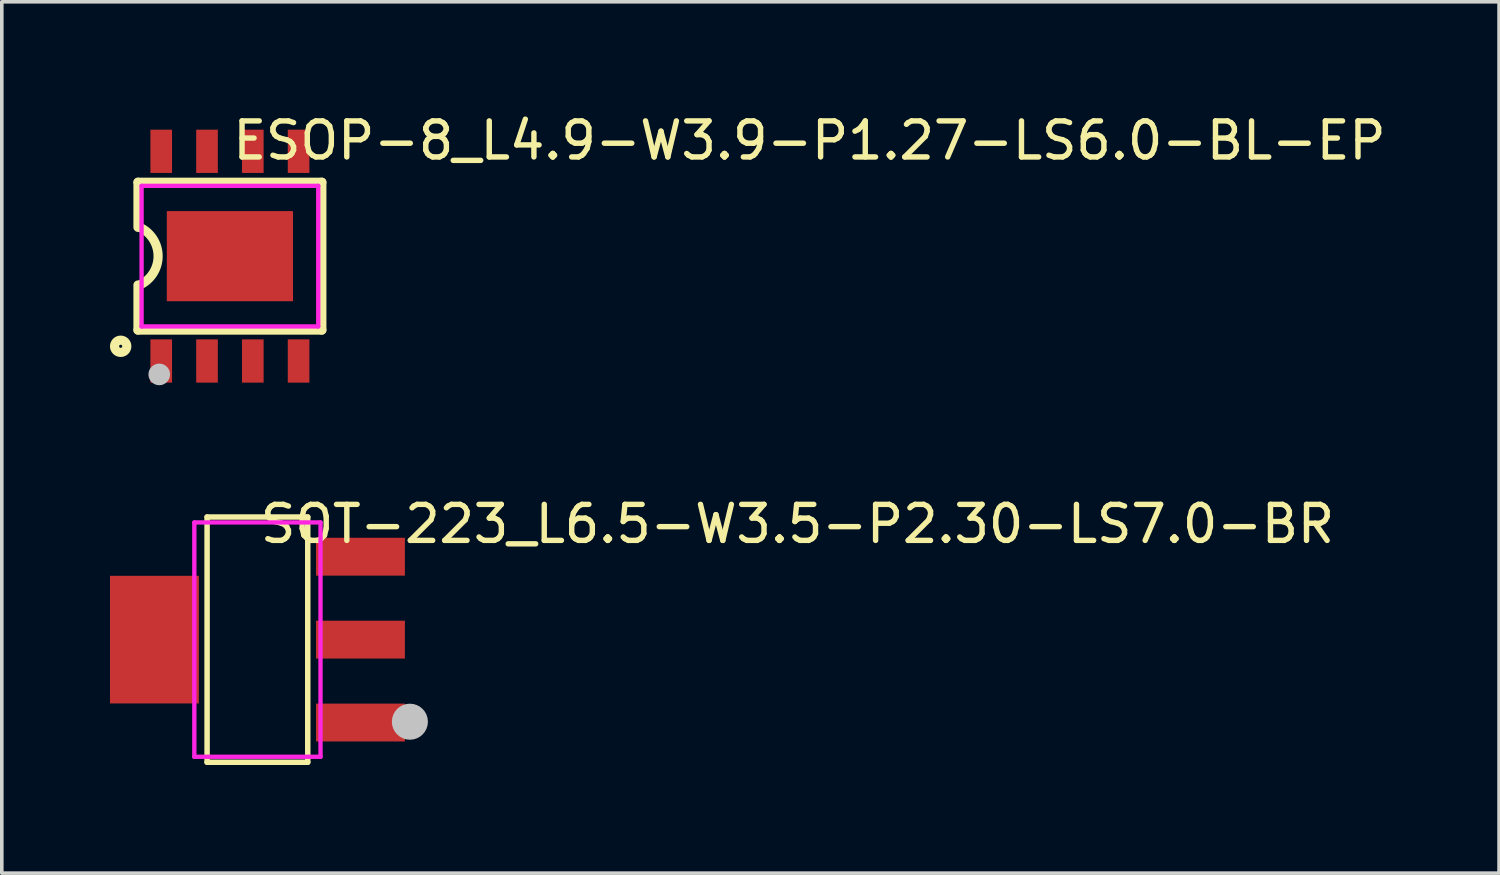
<source format=kicad_pcb>
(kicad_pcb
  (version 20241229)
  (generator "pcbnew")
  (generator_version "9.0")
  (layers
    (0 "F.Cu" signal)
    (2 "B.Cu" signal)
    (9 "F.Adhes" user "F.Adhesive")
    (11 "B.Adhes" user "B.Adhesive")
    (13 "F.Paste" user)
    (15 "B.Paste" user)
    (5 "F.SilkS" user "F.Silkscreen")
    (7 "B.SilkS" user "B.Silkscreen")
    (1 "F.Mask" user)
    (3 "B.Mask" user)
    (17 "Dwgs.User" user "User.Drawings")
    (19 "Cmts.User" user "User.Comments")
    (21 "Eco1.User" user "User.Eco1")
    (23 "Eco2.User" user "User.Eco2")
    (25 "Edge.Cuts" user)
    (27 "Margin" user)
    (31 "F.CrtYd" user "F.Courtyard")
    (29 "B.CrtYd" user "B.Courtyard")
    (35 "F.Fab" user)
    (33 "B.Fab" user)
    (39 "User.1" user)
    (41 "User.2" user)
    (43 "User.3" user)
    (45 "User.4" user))
  (footprint "ESOP-8_L4.9-W3.9-P1.27-LS6.0-BL-EP"
    (layer "F.Cu")
    (at 3.327 4.055)
    (property "Reference" "ESOP-8_L4.9-W3.9-P1.27-LS6.0-BL-EP" (at 0 -3.207 0) (layer "F.SilkS") (effects (font (size 1 1) (thickness 0.15)) (justify left)))
    (attr through_hole)
    (fp_line (start -2.55 -2.05) (end 2.55 -2.05) (stroke (width 0.254) (type solid)) (layer "F.SilkS"))
    (fp_line (start -2.55 -0.8) (end -2.55 -2.05) (stroke (width 0.254) (type solid)) (layer "F.SilkS"))
    (fp_line (start -2.55 0.8) (end -2.55 2.05) (stroke (width 0.254) (type solid)) (layer "F.SilkS"))
    (fp_line (start 2.55 -2.05) (end 2.55 2.05) (stroke (width 0.254) (type solid)) (layer "F.SilkS"))
    (fp_line (start 2.55 2.05) (end -2.55 2.05) (stroke (width 0.254) (type solid)) (layer "F.SilkS"))
    (fp_arc (start -2.499607 -0.799815) (mid -1.991471 0.000217) (end -2.5 0.8) (stroke (width 0.254) (type solid)) (layer "F.SilkS"))
    (fp_circle (center -3.03 2.5) (end -2.86 2.5) (stroke (width 0.254) (type solid)) (fill no) (layer "F.SilkS"))
    (fp_circle (center -1.96 3.28) (end -1.81 3.28) (stroke (width 0.3) (type solid)) (fill no) (layer "Dwgs.User"))
    (fp_line (start -2.105 -2.31) (end -1.705 -2.31) (stroke (width 0.12) (type solid)) (layer "Eco2.User"))
    (fp_line (start -2.105 -1.94) (end -2.105 -2.31) (stroke (width 0.12) (type solid)) (layer "Eco2.User"))
    (fp_line (start -2.105 1.94) (end -1.705 1.94) (stroke (width 0.12) (type solid)) (layer "Eco2.User"))
    (fp_line (start -2.105 2.31) (end -2.105 1.94) (stroke (width 0.12) (type solid)) (layer "Eco2.User"))
    (fp_line (start -1.705 -2.31) (end -1.705 -1.94) (stroke (width 0.12) (type solid)) (layer "Eco2.User"))
    (fp_line (start -1.705 -1.94) (end -2.105 -1.94) (stroke (width 0.12) (type solid)) (layer "Eco2.User"))
    (fp_line (start -1.705 1.94) (end -1.705 2.31) (stroke (width 0.12) (type solid)) (layer "Eco2.User"))
    (fp_line (start -1.705 2.31) (end -2.105 2.31) (stroke (width 0.12) (type solid)) (layer "Eco2.User"))
    (fp_line (start -0.835 -2.31) (end -0.435 -2.31) (stroke (width 0.12) (type solid)) (layer "Eco2.User"))
    (fp_line (start -0.835 -1.94) (end -0.835 -2.31) (stroke (width 0.12) (type solid)) (layer "Eco2.User"))
    (fp_line (start -0.835 1.94) (end -0.435 1.94) (stroke (width 0.12) (type solid)) (layer "Eco2.User"))
    (fp_line (start -0.835 2.31) (end -0.835 1.94) (stroke (width 0.12) (type solid)) (layer "Eco2.User"))
    (fp_line (start -0.435 -2.31) (end -0.435 -1.94) (stroke (width 0.12) (type solid)) (layer "Eco2.User"))
    (fp_line (start -0.435 -1.94) (end -0.835 -1.94) (stroke (width 0.12) (type solid)) (layer "Eco2.User"))
    (fp_line (start -0.435 1.94) (end -0.435 2.31) (stroke (width 0.12) (type solid)) (layer "Eco2.User"))
    (fp_line (start -0.435 2.31) (end -0.835 2.31) (stroke (width 0.12) (type solid)) (layer "Eco2.User"))
    (fp_line (start 0.435 -2.31) (end 0.835 -2.31) (stroke (width 0.12) (type solid)) (layer "Eco2.User"))
    (fp_line (start 0.435 -1.94) (end 0.435 -2.31) (stroke (width 0.12) (type solid)) (layer "Eco2.User"))
    (fp_line (start 0.435 1.94) (end 0.835 1.94) (stroke (width 0.12) (type solid)) (layer "Eco2.User"))
    (fp_line (start 0.435 2.31) (end 0.435 1.94) (stroke (width 0.12) (type solid)) (layer "Eco2.User"))
    (fp_line (start 0.835 -2.31) (end 0.835 -1.94) (stroke (width 0.12) (type solid)) (layer "Eco2.User"))
    (fp_line (start 0.835 -1.94) (end 0.435 -1.94) (stroke (width 0.12) (type solid)) (layer "Eco2.User"))
    (fp_line (start 0.835 1.94) (end 0.835 2.31) (stroke (width 0.12) (type solid)) (layer "Eco2.User"))
    (fp_line (start 0.835 2.31) (end 0.435 2.31) (stroke (width 0.12) (type solid)) (layer "Eco2.User"))
    (fp_line (start 1.705 -2.31) (end 2.105 -2.31) (stroke (width 0.12) (type solid)) (layer "Eco2.User"))
    (fp_line (start 1.705 -1.94) (end 1.705 -2.31) (stroke (width 0.12) (type solid)) (layer "Eco2.User"))
    (fp_line (start 1.705 1.94) (end 2.105 1.94) (stroke (width 0.12) (type solid)) (layer "Eco2.User"))
    (fp_line (start 1.705 2.31) (end 1.705 1.94) (stroke (width 0.12) (type solid)) (layer "Eco2.User"))
    (fp_line (start 2.105 -2.31) (end 2.105 -1.94) (stroke (width 0.12) (type solid)) (layer "Eco2.User"))
    (fp_line (start 2.105 -1.94) (end 1.705 -1.94) (stroke (width 0.12) (type solid)) (layer "Eco2.User"))
    (fp_line (start 2.105 1.94) (end 2.105 2.31) (stroke (width 0.12) (type solid)) (layer "Eco2.User"))
    (fp_line (start 2.105 2.31) (end 1.705 2.31) (stroke (width 0.12) (type solid)) (layer "Eco2.User"))
    (fp_circle (center -2.454 2.95) (end -2.424 2.95) (stroke (width 0.06) (type solid)) (fill no) (layer "Eco2.User"))
    (fp_poly (pts (xy -2.105 -2.3) (xy -2.105 -2.95) (xy -1.705 -2.95) (xy -1.705 -2.3)) (stroke (width 0.12) (type solid)) (fill no) (layer "Eco2.User"))
    (fp_poly (pts (xy -2.105 2.95) (xy -2.105 2.3) (xy -1.705 2.3) (xy -1.705 2.95)) (stroke (width 0.12) (type solid)) (fill no) (layer "Eco2.User"))
    (fp_poly (pts (xy -0.835 -2.3) (xy -0.835 -2.95) (xy -0.435 -2.95) (xy -0.435 -2.3)) (stroke (width 0.12) (type solid)) (fill no) (layer "Eco2.User"))
    (fp_poly (pts (xy -0.835 2.95) (xy -0.835 2.3) (xy -0.435 2.3) (xy -0.435 2.95)) (stroke (width 0.12) (type solid)) (fill no) (layer "Eco2.User"))
    (fp_poly (pts (xy 0.435 -2.3) (xy 0.435 -2.95) (xy 0.835 -2.95) (xy 0.835 -2.3)) (stroke (width 0.12) (type solid)) (fill no) (layer "Eco2.User"))
    (fp_poly (pts (xy 0.435 2.95) (xy 0.435 2.3) (xy 0.835 2.3) (xy 0.835 2.95)) (stroke (width 0.12) (type solid)) (fill no) (layer "Eco2.User"))
    (fp_poly (pts (xy 1.65 1.14) (xy -1.65 1.14) (xy -1.65 -1.14) (xy 1.65 -1.14)) (stroke (width 0.12) (type solid)) (fill no) (layer "Eco2.User"))
    (fp_poly (pts (xy 1.705 -2.3) (xy 1.705 -2.95) (xy 2.105 -2.95) (xy 2.105 -2.3)) (stroke (width 0.12) (type solid)) (fill no) (layer "Eco2.User"))
    (fp_poly (pts (xy 1.705 2.95) (xy 1.705 2.3) (xy 2.105 2.3) (xy 2.105 2.95)) (stroke (width 0.12) (type solid)) (fill no) (layer "Eco2.User"))
    (fp_line (start -2.45 -1.95) (end 2.45 -1.95) (stroke (width 0.12) (type solid)) (layer "F.CrtYd"))
    (fp_line (start -2.45 1.95) (end -2.45 -1.95) (stroke (width 0.12) (type solid)) (layer "F.CrtYd"))
    (fp_line (start 2.45 -1.95) (end 2.45 1.95) (stroke (width 0.12) (type solid)) (layer "F.CrtYd"))
    (fp_line (start 2.45 1.95) (end -2.45 1.95) (stroke (width 0.12) (type solid)) (layer "F.CrtYd"))
    (pad "1" smd rect (at -1.905 2.908) (size 0.6 1.2) (layers "F.Cu" "F.Mask" "F.Paste"))
    (pad "2" smd rect (at -0.635 2.908) (size 0.6 1.2) (layers "F.Cu" "F.Mask" "F.Paste"))
    (pad "3" smd rect (at 0.635 2.908) (size 0.6 1.2) (layers "F.Cu" "F.Mask" "F.Paste"))
    (pad "4" smd rect (at 1.905 2.908) (size 0.6 1.2) (layers "F.Cu" "F.Mask" "F.Paste"))
    (pad "5" smd rect (at 1.905 -2.908) (size 0.6 1.2) (layers "F.Cu" "F.Mask" "F.Paste"))
    (pad "6" smd rect (at 0.635 -2.908) (size 0.6 1.2) (layers "F.Cu" "F.Mask" "F.Paste"))
    (pad "7" smd rect (at -0.635 -2.908) (size 0.6 1.2) (layers "F.Cu" "F.Mask" "F.Paste"))
    (pad "8" smd rect (at -1.905 -2.908) (size 0.6 1.2) (layers "F.Cu" "F.Mask" "F.Paste"))
    (pad "9" smd rect (at 0 0 180) (size 3.5 2.5) (layers "F.Cu" "F.Mask" "F.Paste")))
  (footprint "SOT-223_L6.5-W3.5-P2.30-LS7.0-BR"
    (layer "F.Cu")
    (at 4.09 14.691)
    (property "Reference" "SOT-223_L6.5-W3.5-P2.30-LS7.0-BR" (at 0 -3.207 0) (layer "F.SilkS") (effects (font (size 1 1) (thickness 0.15)) (justify left)))
    (attr through_hole)
    (fp_line (start -1.396 -3.401) (end 1.396 -3.401) (stroke (width 0.152) (type solid)) (layer "F.SilkS"))
    (fp_line (start -1.396 3.401) (end -1.396 -3.401) (stroke (width 0.152) (type solid)) (layer "F.SilkS"))
    (fp_line (start 1.396 -3.401) (end 1.396 3.401) (stroke (width 0.152) (type solid)) (layer "F.SilkS"))
    (fp_line (start 1.396 3.401) (end -1.396 3.401) (stroke (width 0.152) (type solid)) (layer "F.SilkS"))
    (fp_circle (center 4.229 2.277) (end 4.479 2.277) (stroke (width 0.5) (type solid)) (fill no) (layer "Dwgs.User"))
    (fp_line (start -2.21 -1.5) (end -1.74 -1.5) (stroke (width 0.12) (type solid)) (layer "Eco2.User"))
    (fp_line (start -2.21 1.5) (end -2.21 -1.5) (stroke (width 0.12) (type solid)) (layer "Eco2.User"))
    (fp_line (start -1.74 -1.5) (end -1.74 1.5) (stroke (width 0.12) (type solid)) (layer "Eco2.User"))
    (fp_line (start -1.74 1.5) (end -2.21 1.5) (stroke (width 0.12) (type solid)) (layer "Eco2.User"))
    (fp_line (start 1.74 -2.65) (end 2.86 -2.65) (stroke (width 0.12) (type solid)) (layer "Eco2.User"))
    (fp_line (start 1.74 -1.95) (end 1.74 -2.65) (stroke (width 0.12) (type solid)) (layer "Eco2.User"))
    (fp_line (start 1.74 -0.35) (end 2.86 -0.35) (stroke (width 0.12) (type solid)) (layer "Eco2.User"))
    (fp_line (start 1.74 0.35) (end 1.74 -0.35) (stroke (width 0.12) (type solid)) (layer "Eco2.User"))
    (fp_line (start 1.74 1.95) (end 2.86 1.95) (stroke (width 0.12) (type solid)) (layer "Eco2.User"))
    (fp_line (start 1.74 2.65) (end 1.74 1.95) (stroke (width 0.12) (type solid)) (layer "Eco2.User"))
    (fp_line (start 2.86 -2.65) (end 2.86 -1.95) (stroke (width 0.12) (type solid)) (layer "Eco2.User"))
    (fp_line (start 2.86 -1.95) (end 1.74 -1.95) (stroke (width 0.12) (type solid)) (layer "Eco2.User"))
    (fp_line (start 2.86 -0.35) (end 2.86 0.35) (stroke (width 0.12) (type solid)) (layer "Eco2.User"))
    (fp_line (start 2.86 0.35) (end 1.74 0.35) (stroke (width 0.12) (type solid)) (layer "Eco2.User"))
    (fp_line (start 2.86 1.95) (end 2.86 2.65) (stroke (width 0.12) (type solid)) (layer "Eco2.User"))
    (fp_line (start 2.86 2.65) (end 1.74 2.65) (stroke (width 0.12) (type solid)) (layer "Eco2.User"))
    (fp_circle (center 3.5 3.25) (end 3.53 3.25) (stroke (width 0.06) (type solid)) (fill no) (layer "Eco2.User"))
    (fp_poly (pts (xy -3.5 1.5) (xy -3.5 -1.5) (xy -2.2 -1.5) (xy -2.2 1.5)) (stroke (width 0.12) (type solid)) (fill no) (layer "Eco2.User"))
    (fp_poly (pts (xy 2.85 -1.95) (xy 2.85 -2.65) (xy 3.5 -2.65) (xy 3.5 -1.95)) (stroke (width 0.12) (type solid)) (fill no) (layer "Eco2.User"))
    (fp_poly (pts (xy 2.85 0.35) (xy 2.85 -0.35) (xy 3.5 -0.35) (xy 3.5 0.35)) (stroke (width 0.12) (type solid)) (fill no) (layer "Eco2.User"))
    (fp_poly (pts (xy 2.85 2.65) (xy 2.85 1.95) (xy 3.5 1.95) (xy 3.5 2.65)) (stroke (width 0.12) (type solid)) (fill no) (layer "Eco2.User"))
    (fp_line (start -1.75 -3.25) (end 1.75 -3.25) (stroke (width 0.12) (type solid)) (layer "F.CrtYd"))
    (fp_line (start -1.75 3.25) (end -1.75 -3.25) (stroke (width 0.12) (type solid)) (layer "F.CrtYd"))
    (fp_line (start 1.75 -3.25) (end 1.75 3.25) (stroke (width 0.12) (type solid)) (layer "F.CrtYd"))
    (fp_line (start 1.75 3.25) (end -1.75 3.25) (stroke (width 0.12) (type solid)) (layer "F.CrtYd"))
    (pad "1" smd rect (at 2.858 2.3) (size 2.465 1.05) (layers "F.Cu" "F.Mask" "F.Paste"))
    (pad "2" smd rect (at 2.858 0) (size 2.465 1.05) (layers "F.Cu" "F.Mask" "F.Paste"))
    (pad "3" smd rect (at 2.858 -2.3) (size 2.465 1.05) (layers "F.Cu" "F.Mask" "F.Paste"))
    (pad "4" smd rect (at -2.857 0) (size 2.465 3.54) (layers "F.Cu" "F.Mask" "F.Paste")))
  (gr_rect
    (start -3 -3)
    (end 38.529 21.168)
    (stroke (width 0.1) (type default))
    (fill no)
    (layer "Edge.Cuts")))
</source>
